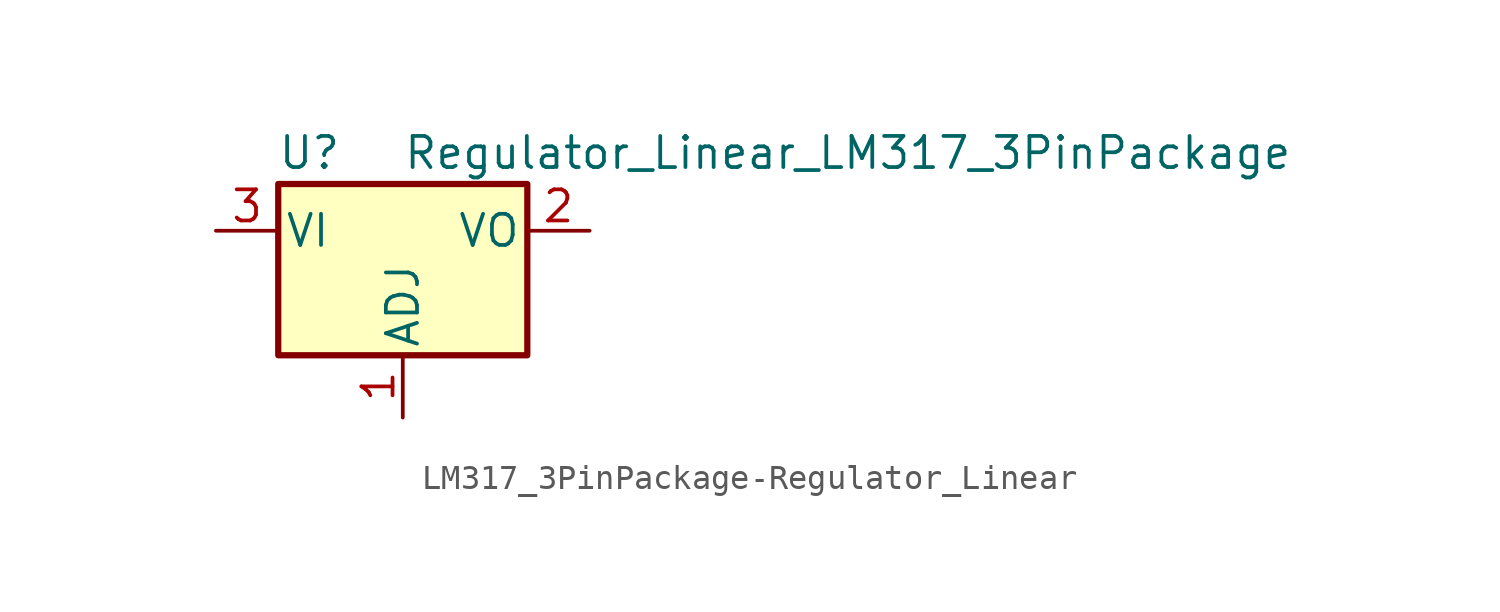
<source format=kicad_sym>
(kicad_symbol_lib
  (version 20220914)
  (generator kicad_symbol_editor)
  (symbol "LM317_3PinPackage-Regulator_Linear"
    (pin_names
      (offset 0.254))
    (property "Reference" "U"
      (at -3.81 3.175 0)
      (effects (font (size 1.27 1.27))))
    (property "Value" "Regulator_Linear_LM317_3PinPackage"
      (at 0 3.175 0)
      (effects (font (size 1.27 1.27)) (justify left)))
    (symbol "LM317_3PinPackage-Regulator_Linear_0_1"
      (rectangle (start -5.08 1.905) (end 5.08 -5.08) (stroke (width 0.254) (type solid)) (fill (type background))))
    (symbol "LM317_3PinPackage-Regulator_Linear_1_1"
      (pin input line (at 0 -7.62 90) (length 2.54) (name "ADJ" (effects (font (size 1.27 1.27)))) (number "1" (effects (font (size 1.27 1.27)))))
      (pin power_out line (at 7.62 0 180) (length 2.54) (name "VO" (effects (font (size 1.27 1.27)))) (number "2" (effects (font (size 1.27 1.27)))))
      (pin power_in line (at -7.62 0 0) (length 2.54) (name "VI" (effects (font (size 1.27 1.27)))) (number "3" (effects (font (size 1.27 1.27))))))))
</source>
